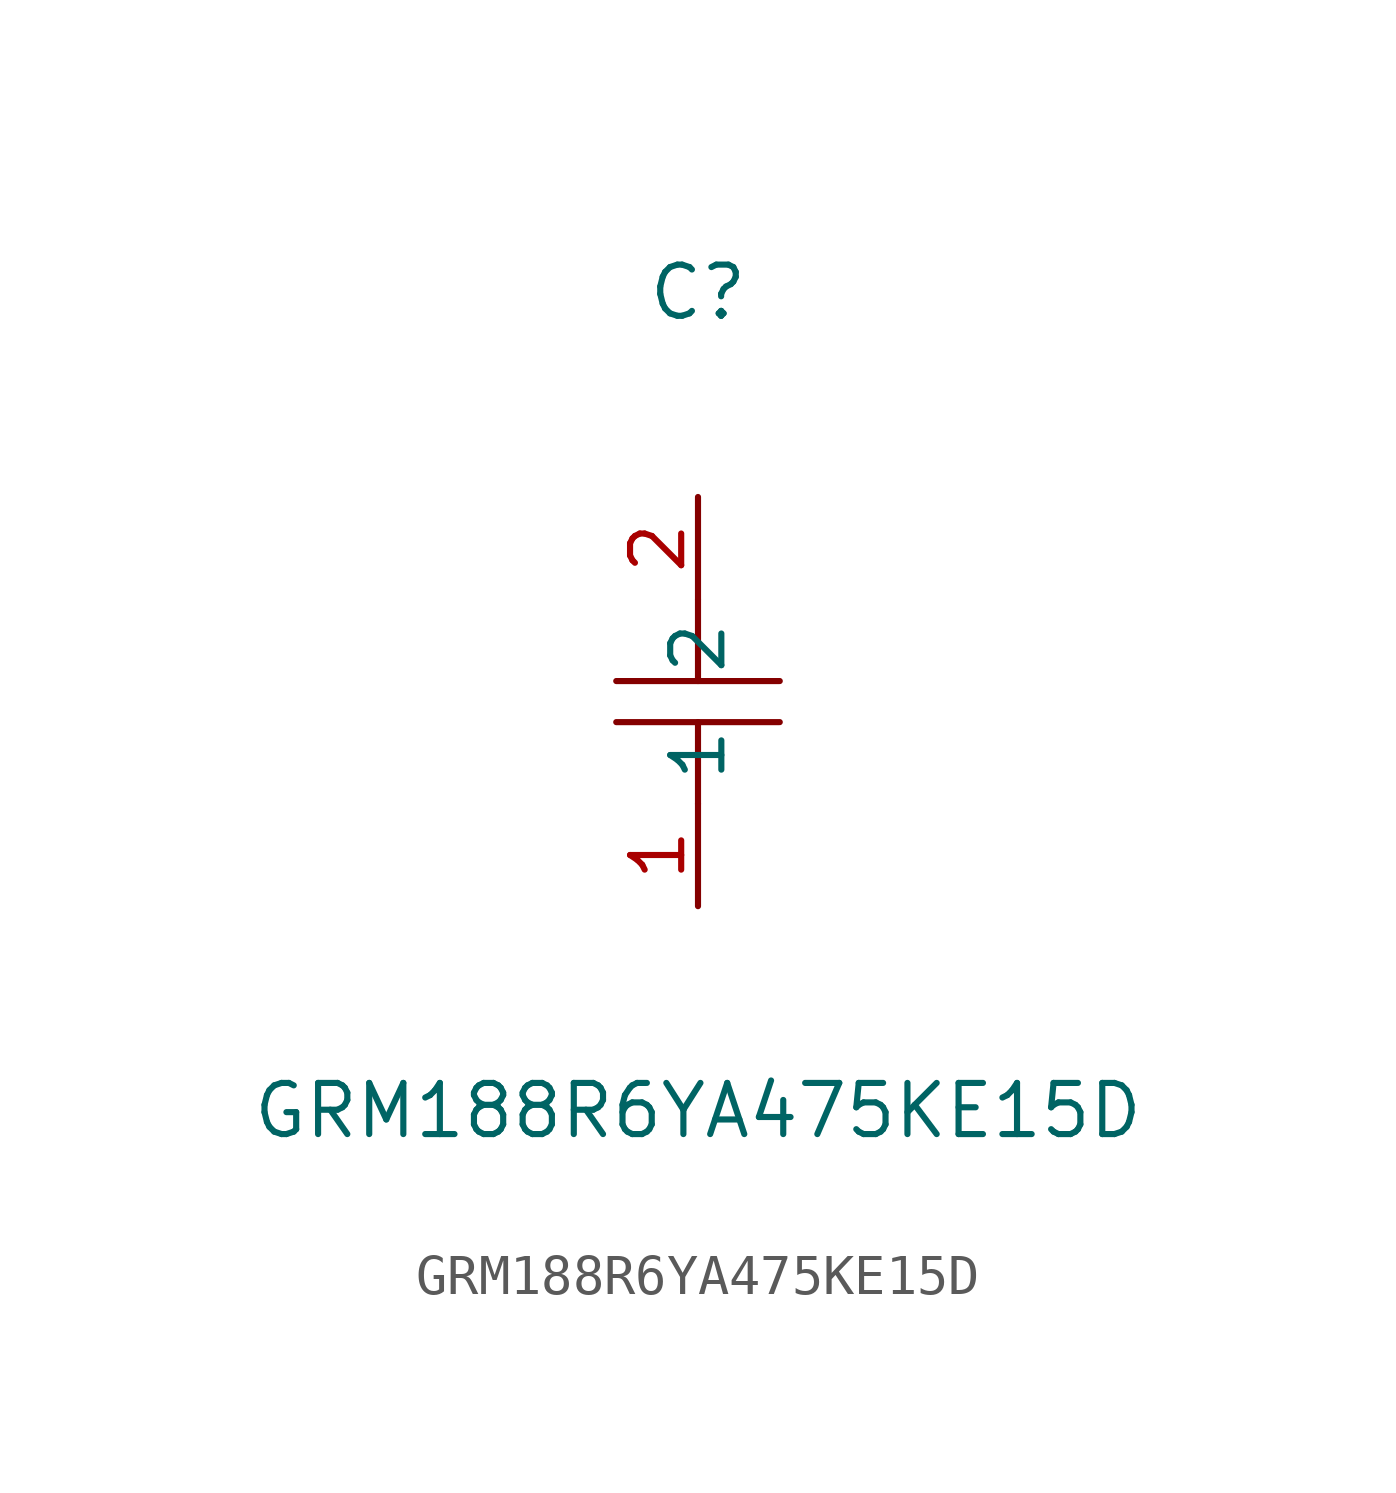
<source format=kicad_sym>
(kicad_symbol_lib
  (version 1)
  (generator "faebryk")
  (symbol "GRM188R6YA475KE15D"
    (property "Reference" "C"
      (at 0 10.16 0)
      (effects (font (size 1.27 1.27)) (hide no)))
    (property "Value" "GRM188R6YA475KE15D"
      (at 0 -10.16 0)
      (effects (font (size 1.27 1.27)) (hide no)))
    (symbol "GRM188R6YA475KE15D_0_1"
      (polyline (stroke (width 0) (type default) (color 0 0 0 0)) (fill (type none)) (pts (xy 2.03 -0.51) (xy -2.03 -0.51)))
      (polyline (stroke (width 0) (type default) (color 0 0 0 0)) (fill (type none)) (pts (xy 0 2.54) (xy 0 0.51)))
      (polyline (stroke (width 0) (type default) (color 0 0 0 0)) (fill (type none)) (pts (xy -2.03 0.51) (xy 2.03 0.51)))
      (polyline (stroke (width 0) (type default) (color 0 0 0 0)) (fill (type none)) (pts (xy 0 -0.51) (xy 0 -2.54)))
      (pin unspecified line (at 0 -5.08 90) (length 2.54) (name "1" (effects (font (size 1.27 1.27)) (hide no))) (number "1" (effects (font (size 1.27 1.27)) (hide no))))
      (pin unspecified line (at 0 5.08 270) (length 2.54) (name "2" (effects (font (size 1.27 1.27)) (hide no))) (number "2" (effects (font (size 1.27 1.27)) (hide no)))))))
</source>
